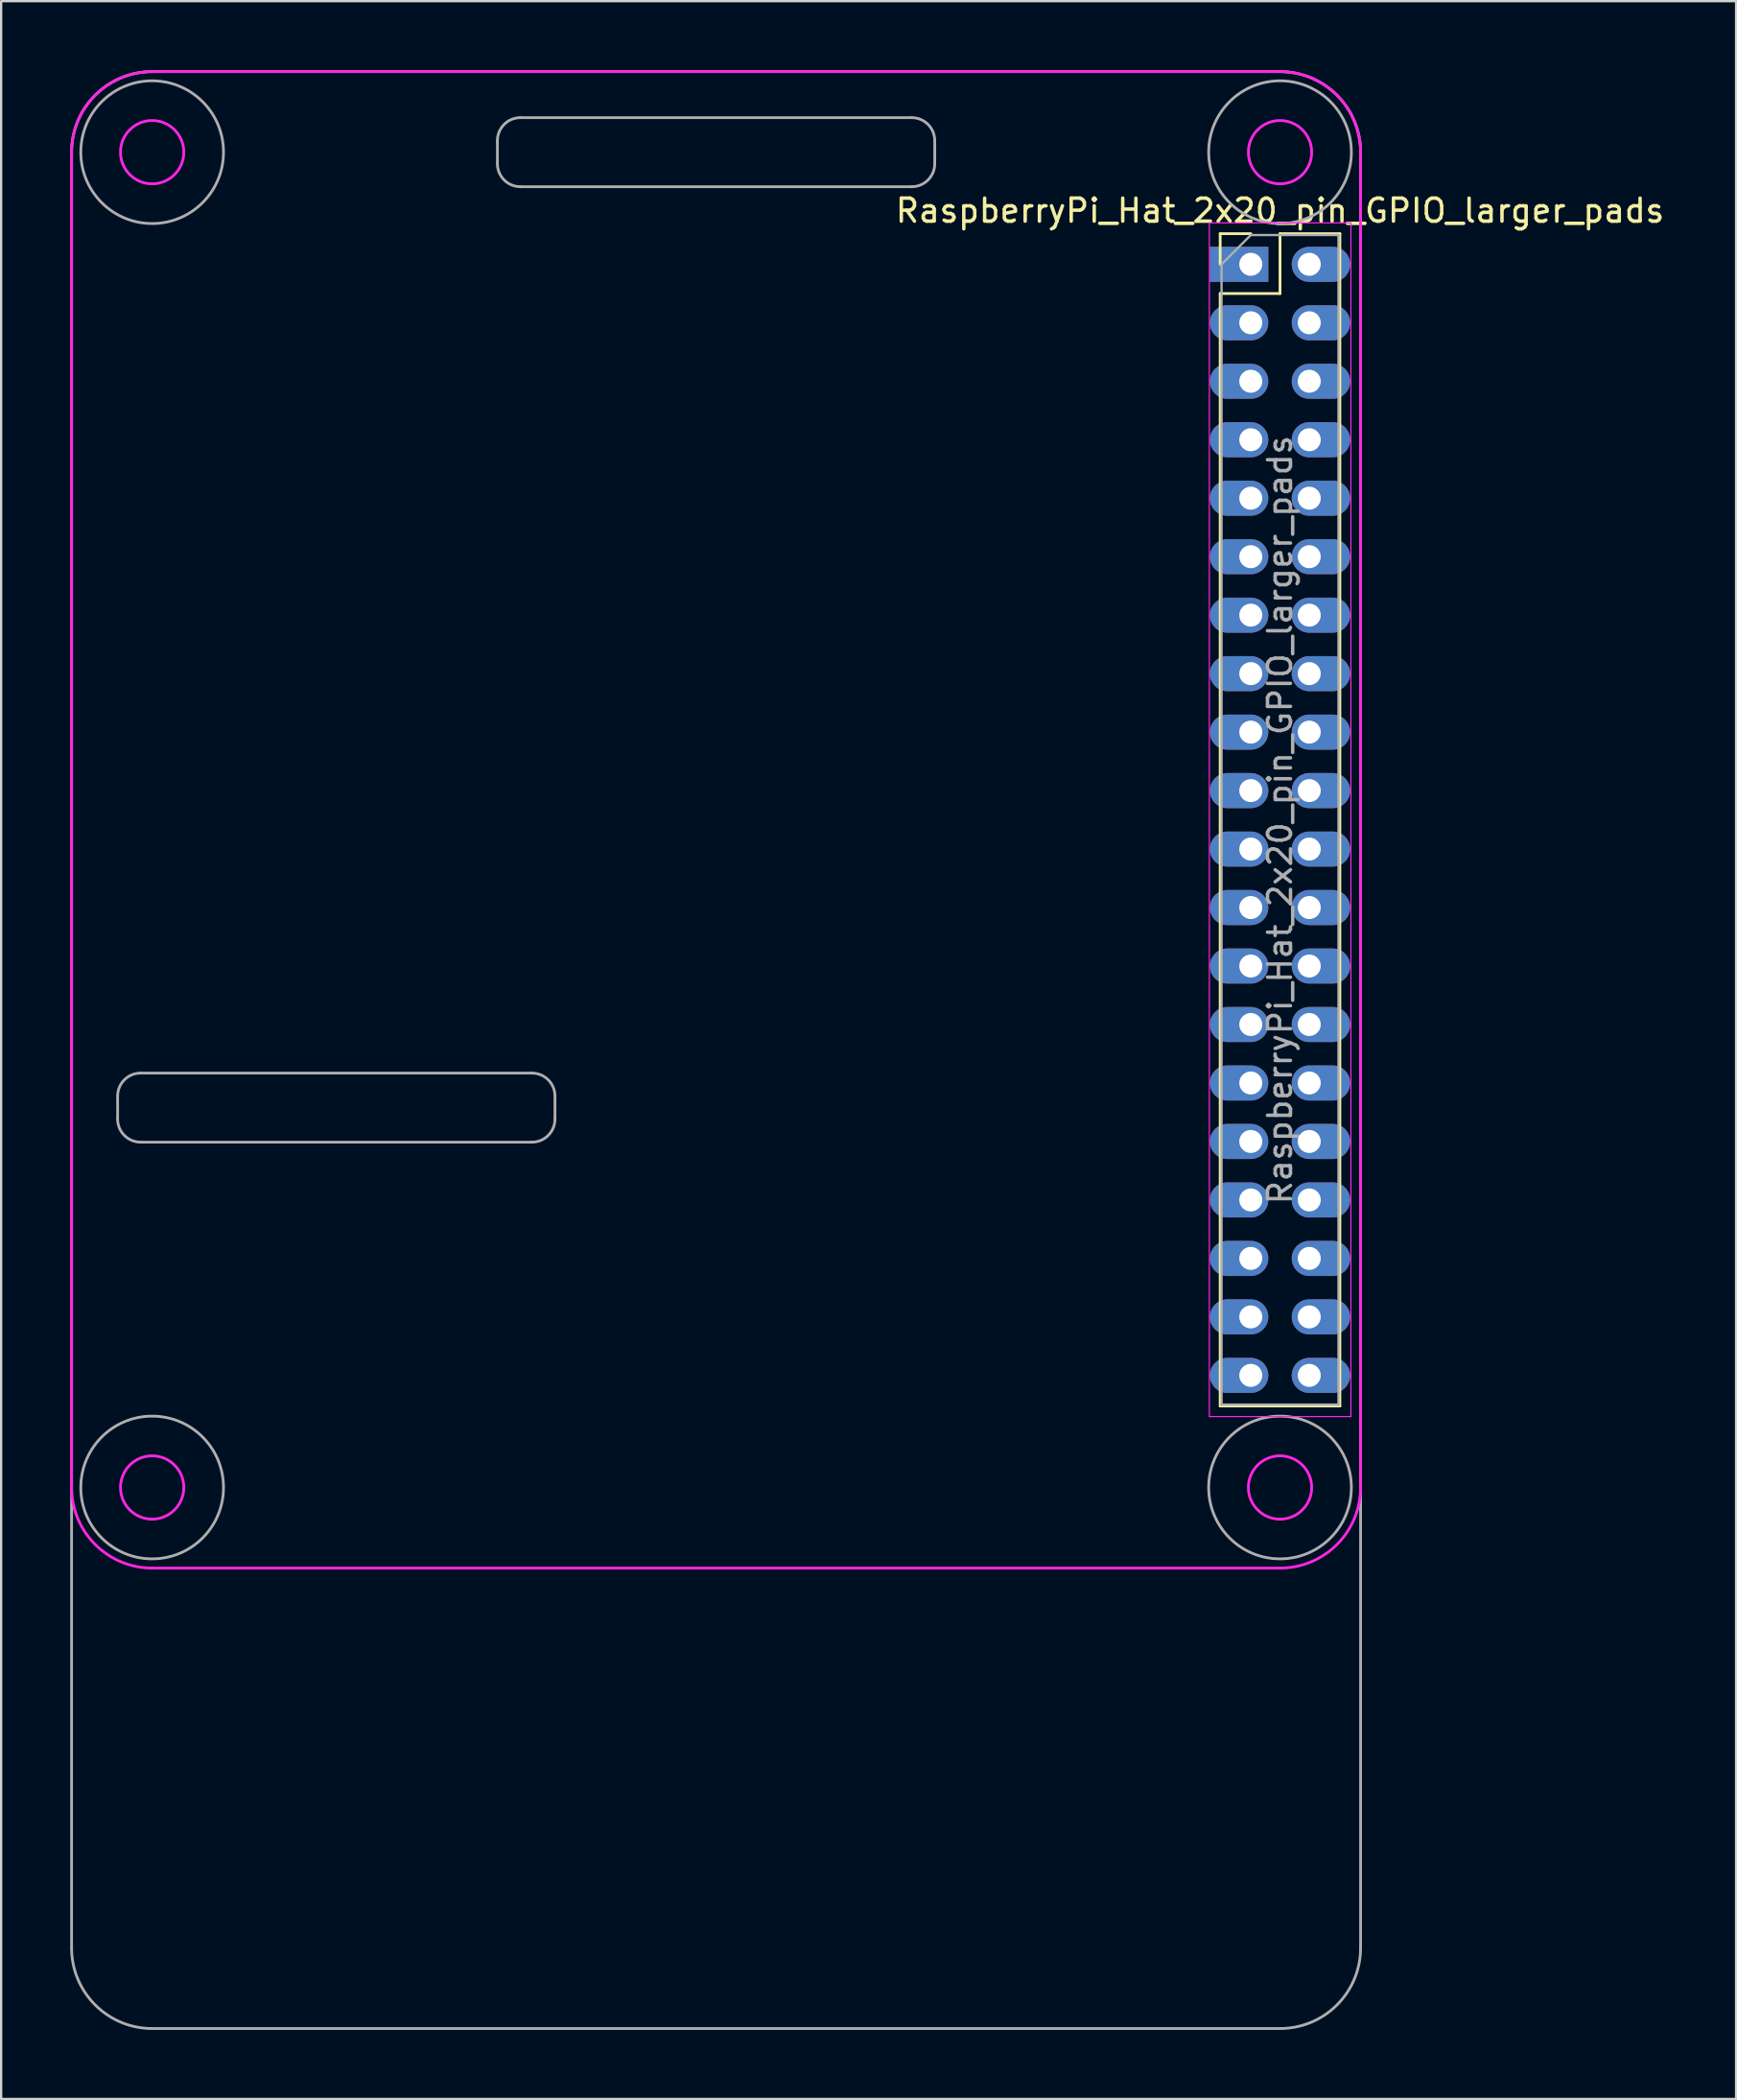
<source format=kicad_pcb>
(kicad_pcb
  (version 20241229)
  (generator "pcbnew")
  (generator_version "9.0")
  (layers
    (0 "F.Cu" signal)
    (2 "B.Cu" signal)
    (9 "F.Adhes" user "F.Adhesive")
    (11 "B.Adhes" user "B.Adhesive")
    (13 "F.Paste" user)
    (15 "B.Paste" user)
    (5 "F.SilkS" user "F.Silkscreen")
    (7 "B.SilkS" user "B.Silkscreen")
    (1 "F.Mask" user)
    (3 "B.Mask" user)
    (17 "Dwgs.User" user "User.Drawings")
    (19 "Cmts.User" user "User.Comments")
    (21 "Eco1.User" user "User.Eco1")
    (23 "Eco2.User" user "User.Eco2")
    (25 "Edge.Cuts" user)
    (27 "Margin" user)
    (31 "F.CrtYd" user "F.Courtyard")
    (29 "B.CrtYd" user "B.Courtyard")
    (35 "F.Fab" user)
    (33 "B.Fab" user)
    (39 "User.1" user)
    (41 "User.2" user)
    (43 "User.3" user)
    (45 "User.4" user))
  (footprint "RaspberryPi_Hat_2x20_pin_GPIO_larger_pads"
    (layer "F.Cu")
    (at 51.368 8.442)
    (property "Reference" "RaspberryPi_Hat_2x20_pin_GPIO_larger_pads" (at 1.192 -2.342 0) (layer "F.SilkS") (effects (font (size 1 1) (thickness 0.15))))
    (attr through_hole)
    (fp_line (start -1.408 -1.342) (end -0.078 -1.342) (stroke (width 0.12) (type solid)) (layer "F.SilkS"))
    (fp_line (start -1.408 -0.012) (end -1.408 -1.342) (stroke (width 0.12) (type solid)) (layer "F.SilkS"))
    (fp_line (start -1.408 1.258) (end -1.408 49.578) (stroke (width 0.12) (type solid)) (layer "F.SilkS"))
    (fp_line (start -1.408 1.258) (end 1.192 1.258) (stroke (width 0.12) (type solid)) (layer "F.SilkS"))
    (fp_line (start -1.408 49.578) (end 3.792 49.578) (stroke (width 0.12) (type solid)) (layer "F.SilkS"))
    (fp_line (start 1.192 -1.342) (end 3.792 -1.342) (stroke (width 0.12) (type solid)) (layer "F.SilkS"))
    (fp_line (start 1.192 1.258) (end 1.192 -1.342) (stroke (width 0.12) (type solid)) (layer "F.SilkS"))
    (fp_line (start 3.792 -1.342) (end 3.792 49.578) (stroke (width 0.12) (type solid)) (layer "F.SilkS"))
    (fp_line (start -51.308 -4.882) (end -51.308 53.118) (stroke (width 0.12) (type solid)) (layer "F.CrtYd"))
    (fp_line (start -47.808 56.618) (end 1.192 56.618) (stroke (width 0.12) (type solid)) (layer "F.CrtYd"))
    (fp_line (start -1.878 -1.812) (end -1.878 50.038) (stroke (width 0.05) (type solid)) (layer "F.CrtYd"))
    (fp_line (start -1.878 50.038) (end 4.272 50.038) (stroke (width 0.05) (type solid)) (layer "F.CrtYd"))
    (fp_line (start 1.192 -8.382) (end -47.808 -8.382) (stroke (width 0.12) (type solid)) (layer "F.CrtYd"))
    (fp_line (start 4.272 -1.812) (end -1.878 -1.812) (stroke (width 0.05) (type solid)) (layer "F.CrtYd"))
    (fp_line (start 4.272 50.038) (end 4.272 -1.812) (stroke (width 0.05) (type solid)) (layer "F.CrtYd"))
    (fp_line (start 4.692 53.118) (end 4.692 -4.882) (stroke (width 0.12) (type solid)) (layer "F.CrtYd"))
    (fp_arc (start -51.308 -4.882) (mid -50.282874 -7.356874) (end -47.808 -8.382) (stroke (width 0.12) (type solid)) (layer "F.CrtYd"))
    (fp_arc (start -47.808 56.618) (mid -50.282874 55.592874) (end -51.308 53.118) (stroke (width 0.12) (type solid)) (layer "F.CrtYd"))
    (fp_arc (start 1.192 -8.382) (mid 3.666874 -7.356874) (end 4.692 -4.882) (stroke (width 0.12) (type solid)) (layer "F.CrtYd"))
    (fp_arc (start 4.692 53.118) (mid 3.666874 55.592874) (end 1.192 56.618) (stroke (width 0.12) (type solid)) (layer "F.CrtYd"))
    (fp_circle (center -47.808 -4.882) (end -46.433 -4.907) (stroke (width 0.12) (type solid)) (fill no) (layer "F.CrtYd"))
    (fp_circle (center -47.808 53.118) (end -46.433 53.093) (stroke (width 0.12) (type solid)) (fill no) (layer "F.CrtYd"))
    (fp_circle (center 1.192 -4.882) (end 2.567 -4.907) (stroke (width 0.12) (type solid)) (fill no) (layer "F.CrtYd"))
    (fp_circle (center 1.192 53.118) (end 2.567 53.093) (stroke (width 0.12) (type solid)) (fill no) (layer "F.CrtYd"))
    (fp_line (start -51.308 73.118) (end -51.308 -4.882) (stroke (width 0.12) (type solid)) (layer "F.Fab"))
    (fp_line (start -49.308 36.118) (end -49.308 37.118) (stroke (width 0.12) (type solid)) (layer "F.Fab"))
    (fp_line (start -48.308 38.118) (end -31.308 38.118) (stroke (width 0.12) (type solid)) (layer "F.Fab"))
    (fp_line (start -32.808 -5.382) (end -32.808 -4.382) (stroke (width 0.12) (type solid)) (layer "F.Fab"))
    (fp_line (start -31.808 -3.382) (end -14.808 -3.382) (stroke (width 0.12) (type solid)) (layer "F.Fab"))
    (fp_line (start -31.308 35.118) (end -48.308 35.118) (stroke (width 0.12) (type solid)) (layer "F.Fab"))
    (fp_line (start -30.308 37.118) (end -30.308 36.118) (stroke (width 0.12) (type solid)) (layer "F.Fab"))
    (fp_line (start -14.808 -6.382) (end -31.808 -6.382) (stroke (width 0.12) (type solid)) (layer "F.Fab"))
    (fp_line (start -13.808 -4.382) (end -13.808 -5.382) (stroke (width 0.12) (type solid)) (layer "F.Fab"))
    (fp_line (start -1.348 -0.012) (end -0.078 -1.282) (stroke (width 0.1) (type solid)) (layer "F.Fab"))
    (fp_line (start -1.348 49.518) (end -1.348 -0.012) (stroke (width 0.1) (type solid)) (layer "F.Fab"))
    (fp_line (start -0.078 -1.282) (end 3.732 -1.282) (stroke (width 0.1) (type solid)) (layer "F.Fab"))
    (fp_line (start 1.192 -8.382) (end -47.808 -8.382) (stroke (width 0.12) (type solid)) (layer "F.Fab"))
    (fp_line (start 1.192 76.618) (end -47.808 76.618) (stroke (width 0.12) (type solid)) (layer "F.Fab"))
    (fp_line (start 3.732 -1.282) (end 3.732 49.518) (stroke (width 0.1) (type solid)) (layer "F.Fab"))
    (fp_line (start 3.732 49.518) (end -1.348 49.518) (stroke (width 0.1) (type solid)) (layer "F.Fab"))
    (fp_line (start 4.692 -4.882) (end 4.692 73.118) (stroke (width 0.12) (type solid)) (layer "F.Fab"))
    (fp_arc (start -51.308 -4.882) (mid -50.282874 -7.356874) (end -47.808 -8.382) (stroke (width 0.12) (type solid)) (layer "F.Fab"))
    (fp_arc (start -49.308 36.118) (mid -49.015107 35.410893) (end -48.308 35.118) (stroke (width 0.12) (type solid)) (layer "F.Fab"))
    (fp_arc (start -48.308 38.118) (mid -49.015107 37.825107) (end -49.308 37.118) (stroke (width 0.12) (type solid)) (layer "F.Fab"))
    (fp_arc (start -47.808 76.618) (mid -50.282874 75.592874) (end -51.308 73.118) (stroke (width 0.12) (type solid)) (layer "F.Fab"))
    (fp_arc (start -32.808 -5.382) (mid -32.515107 -6.089107) (end -31.808 -6.382) (stroke (width 0.12) (type solid)) (layer "F.Fab"))
    (fp_arc (start -31.808 -3.382) (mid -32.515107 -3.674893) (end -32.808 -4.382) (stroke (width 0.12) (type solid)) (layer "F.Fab"))
    (fp_arc (start -31.308 35.118) (mid -30.600893 35.410893) (end -30.308 36.118) (stroke (width 0.12) (type solid)) (layer "F.Fab"))
    (fp_arc (start -30.308 37.118) (mid -30.600893 37.825107) (end -31.308 38.118) (stroke (width 0.12) (type solid)) (layer "F.Fab"))
    (fp_arc (start -14.808 -6.382) (mid -14.100893 -6.089107) (end -13.808 -5.382) (stroke (width 0.12) (type solid)) (layer "F.Fab"))
    (fp_arc (start -13.808 -4.382) (mid -14.100893 -3.674893) (end -14.808 -3.382) (stroke (width 0.12) (type solid)) (layer "F.Fab"))
    (fp_arc (start 1.192 -8.382) (mid 3.666874 -7.356874) (end 4.692 -4.882) (stroke (width 0.12) (type solid)) (layer "F.Fab"))
    (fp_arc (start 4.692 73.118) (mid 3.666874 75.592874) (end 1.192 76.618) (stroke (width 0.12) (type solid)) (layer "F.Fab"))
    (fp_circle (center -47.808 -4.882) (end -44.708 -4.882) (stroke (width 0.12) (type solid)) (fill no) (layer "F.Fab"))
    (fp_circle (center -47.808 53.118) (end -44.708 53.118) (stroke (width 0.12) (type solid)) (fill no) (layer "F.Fab"))
    (fp_circle (center 1.192 -4.882) (end 4.292 -4.882) (stroke (width 0.12) (type solid)) (fill no) (layer "F.Fab"))
    (fp_circle (center 1.192 53.118) (end 4.292 53.118) (stroke (width 0.12) (type solid)) (fill no) (layer "F.Fab"))
    (fp_text user "${REFERENCE}" (at 1.192 24.118 90) (layer "F.Fab") (effects (font (size 1 1) (thickness 0.15))))
    (pad "1" thru_hole rect (at -0.078 -0.012) (size 2.54 1.524) (drill 1 (offset -0.508 0)) (layers "*.Cu" "*.Mask"))
    (pad "2" thru_hole oval (at 2.462 -0.012) (size 2.54 1.524) (drill 1 (offset 0.508 0)) (layers "*.Cu" "*.Mask"))
    (pad "3" thru_hole oval (at -0.078 2.528) (size 2.54 1.524) (drill 1 (offset -0.508 0)) (layers "*.Cu" "*.Mask"))
    (pad "4" thru_hole oval (at 2.462 2.528) (size 2.54 1.524) (drill 1 (offset 0.508 0)) (layers "*.Cu" "*.Mask"))
    (pad "5" thru_hole oval (at -0.078 5.068) (size 2.54 1.524) (drill 1 (offset -0.508 0)) (layers "*.Cu" "*.Mask"))
    (pad "6" thru_hole oval (at 2.462 5.068) (size 2.54 1.524) (drill 1 (offset 0.508 0)) (layers "*.Cu" "*.Mask"))
    (pad "7" thru_hole oval (at -0.078 7.608) (size 2.54 1.524) (drill 1 (offset -0.508 0)) (layers "*.Cu" "*.Mask"))
    (pad "8" thru_hole oval (at 2.462 7.608) (size 2.54 1.524) (drill 1 (offset 0.508 0)) (layers "*.Cu" "*.Mask"))
    (pad "9" thru_hole oval (at -0.078 10.148) (size 2.54 1.524) (drill 1 (offset -0.508 0)) (layers "*.Cu" "*.Mask"))
    (pad "10" thru_hole oval (at 2.462 10.148) (size 2.54 1.524) (drill 1 (offset 0.508 0)) (layers "*.Cu" "*.Mask"))
    (pad "11" thru_hole oval (at -0.078 12.688) (size 2.54 1.524) (drill 1 (offset -0.508 0)) (layers "*.Cu" "*.Mask"))
    (pad "12" thru_hole oval (at 2.462 12.688) (size 2.54 1.524) (drill 1 (offset 0.508 0)) (layers "*.Cu" "*.Mask"))
    (pad "13" thru_hole oval (at -0.078 15.228) (size 2.54 1.524) (drill 1 (offset -0.508 0)) (layers "*.Cu" "*.Mask"))
    (pad "14" thru_hole oval (at 2.462 15.228) (size 2.54 1.524) (drill 1 (offset 0.508 0)) (layers "*.Cu" "*.Mask"))
    (pad "15" thru_hole oval (at -0.078 17.768) (size 2.54 1.524) (drill 1 (offset -0.508 0)) (layers "*.Cu" "*.Mask"))
    (pad "16" thru_hole oval (at 2.462 17.768) (size 2.54 1.524) (drill 1 (offset 0.508 0)) (layers "*.Cu" "*.Mask"))
    (pad "17" thru_hole oval (at -0.078 20.308) (size 2.54 1.524) (drill 1 (offset -0.508 0)) (layers "*.Cu" "*.Mask"))
    (pad "18" thru_hole oval (at 2.462 20.308) (size 2.54 1.524) (drill 1 (offset 0.508 0)) (layers "*.Cu" "*.Mask"))
    (pad "19" thru_hole oval (at -0.078 22.848) (size 2.54 1.524) (drill 1 (offset -0.508 0)) (layers "*.Cu" "*.Mask"))
    (pad "20" thru_hole oval (at 2.462 22.848) (size 2.54 1.524) (drill 1 (offset 0.508 0)) (layers "*.Cu" "*.Mask"))
    (pad "21" thru_hole oval (at -0.078 25.388) (size 2.54 1.524) (drill 1 (offset -0.508 0)) (layers "*.Cu" "*.Mask"))
    (pad "22" thru_hole oval (at 2.462 25.388) (size 2.54 1.524) (drill 1 (offset 0.508 0)) (layers "*.Cu" "*.Mask"))
    (pad "23" thru_hole oval (at -0.078 27.928) (size 2.54 1.524) (drill 1 (offset -0.508 0)) (layers "*.Cu" "*.Mask"))
    (pad "24" thru_hole oval (at 2.462 27.928) (size 2.54 1.524) (drill 1 (offset 0.508 0)) (layers "*.Cu" "*.Mask"))
    (pad "25" thru_hole oval (at -0.078 30.468) (size 2.54 1.524) (drill 1 (offset -0.508 0)) (layers "*.Cu" "*.Mask"))
    (pad "26" thru_hole oval (at 2.462 30.468) (size 2.54 1.524) (drill 1 (offset 0.508 0)) (layers "*.Cu" "*.Mask"))
    (pad "27" thru_hole oval (at -0.078 33.008) (size 2.54 1.524) (drill 1 (offset -0.508 0)) (layers "*.Cu" "*.Mask"))
    (pad "28" thru_hole oval (at 2.462 33.008) (size 2.54 1.524) (drill 1 (offset 0.508 0)) (layers "*.Cu" "*.Mask"))
    (pad "29" thru_hole oval (at -0.078 35.548) (size 2.54 1.524) (drill 1 (offset -0.508 0)) (layers "*.Cu" "*.Mask"))
    (pad "30" thru_hole oval (at 2.462 35.548) (size 2.54 1.524) (drill 1 (offset 0.508 0)) (layers "*.Cu" "*.Mask"))
    (pad "31" thru_hole oval (at -0.078 38.088) (size 2.54 1.524) (drill 1 (offset -0.508 0)) (layers "*.Cu" "*.Mask"))
    (pad "32" thru_hole oval (at 2.462 38.088) (size 2.54 1.524) (drill 1 (offset 0.508 0)) (layers "*.Cu" "*.Mask"))
    (pad "33" thru_hole oval (at -0.078 40.628) (size 2.54 1.524) (drill 1 (offset -0.508 0)) (layers "*.Cu" "*.Mask"))
    (pad "34" thru_hole oval (at 2.462 40.628) (size 2.54 1.524) (drill 1 (offset 0.508 0)) (layers "*.Cu" "*.Mask"))
    (pad "35" thru_hole oval (at -0.078 43.168) (size 2.54 1.524) (drill 1 (offset -0.508 0)) (layers "*.Cu" "*.Mask"))
    (pad "36" thru_hole oval (at 2.462 43.168) (size 2.54 1.524) (drill 1 (offset 0.508 0)) (layers "*.Cu" "*.Mask"))
    (pad "37" thru_hole oval (at -0.078 45.708) (size 2.54 1.524) (drill 1 (offset -0.508 0)) (layers "*.Cu" "*.Mask"))
    (pad "38" thru_hole oval (at 2.462 45.708) (size 2.54 1.524) (drill 1 (offset 0.508 0)) (layers "*.Cu" "*.Mask"))
    (pad "39" thru_hole oval (at -0.078 48.248) (size 2.54 1.524) (drill 1 (offset -0.508 0)) (layers "*.Cu" "*.Mask"))
    (pad "40" thru_hole oval (at 2.462 48.248) (size 2.54 1.524) (drill 1 (offset 0.508 0)) (layers "*.Cu" "*.Mask")))
  (gr_rect
    (start -3 -3)
    (end 72.375 88.12)
    (stroke (width 0.1) (type default))
    (fill no)
    (layer "Edge.Cuts")))
</source>
